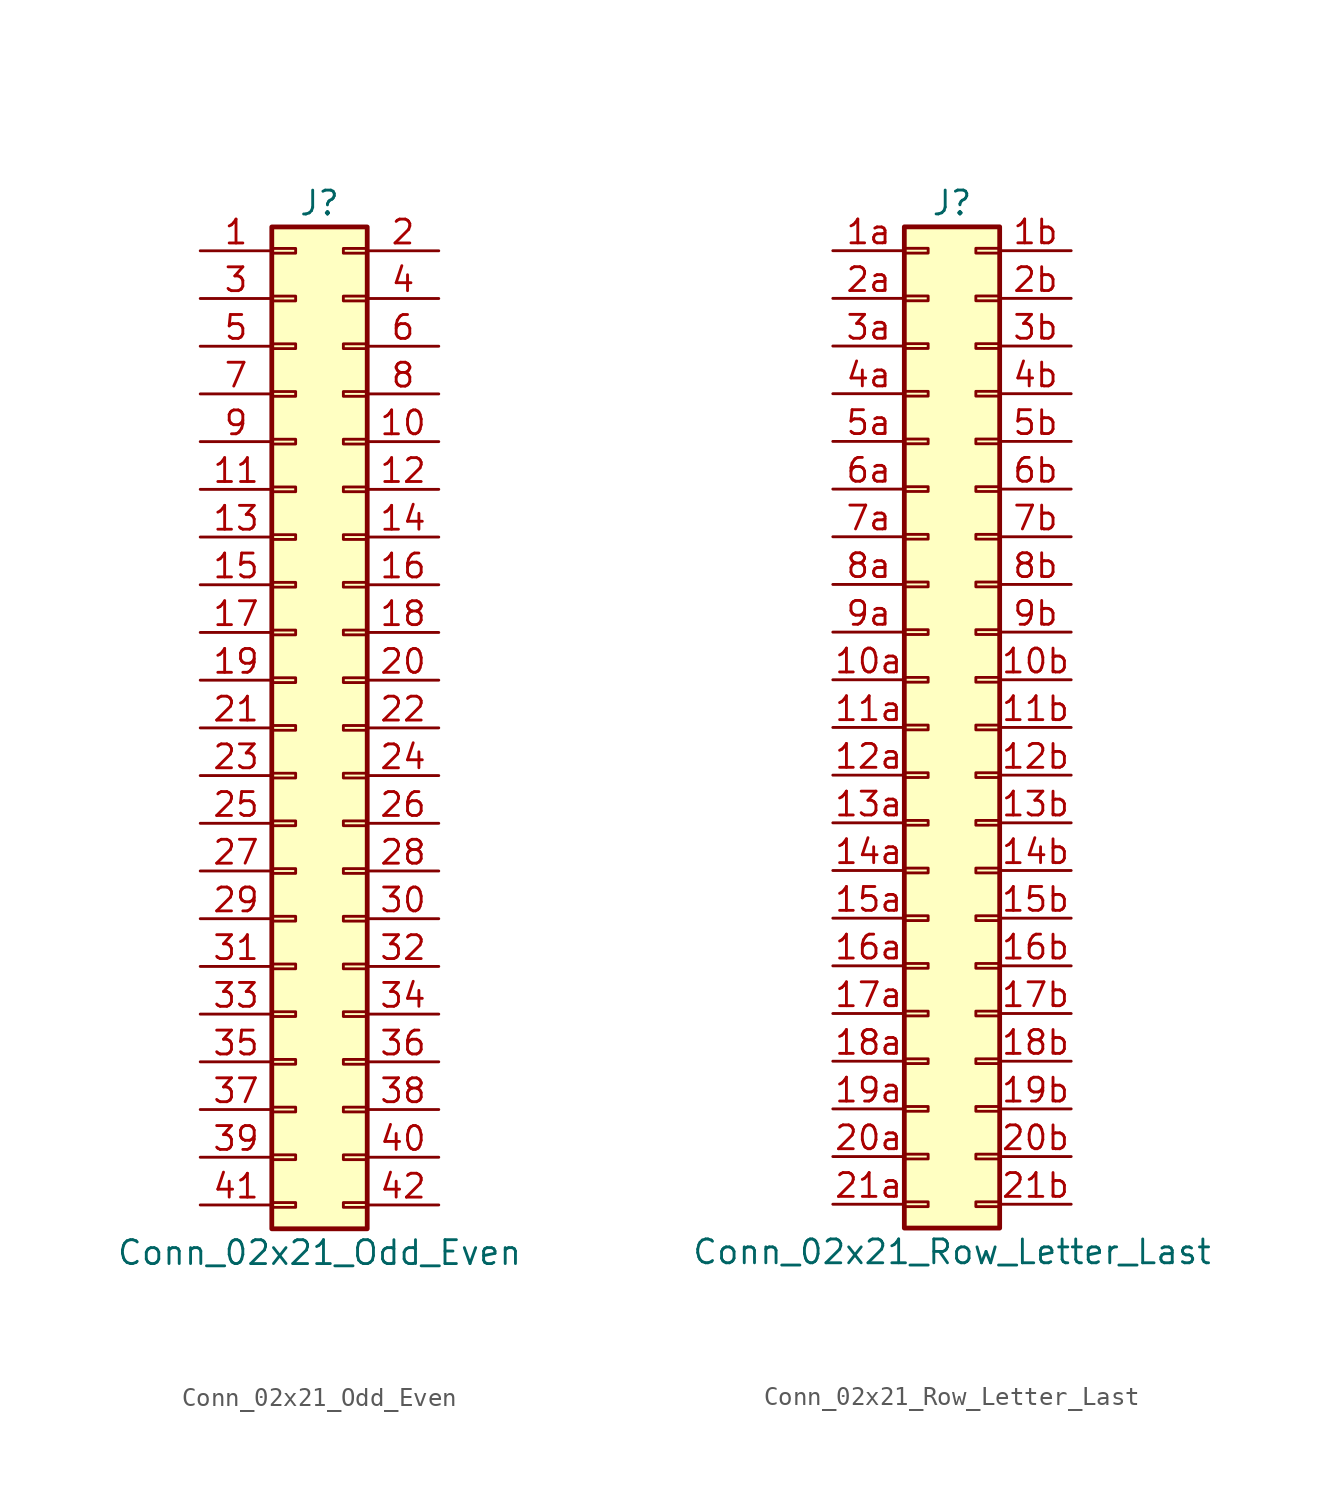
<source format=kicad_sym>
(kicad_symbol_lib
  (version 20220914)
  (generator kicad_symbol_editor)
  (symbol "Conn_02x21_Odd_Even"
    (pin_names
      (offset 1.016) hide)
    (property "Reference" "J"
      (at 1.27 27.94 0)
      (effects (font (size 1.27 1.27))))
    (property "Value" "Conn_02x21_Odd_Even"
      (at 1.27 -27.94 0)
      (effects (font (size 1.27 1.27))))
    (symbol "Conn_02x21_Odd_Even_1_1"
      (rectangle (start -1.27 -25.273) (end 0 -25.527) (stroke (width 0.152) (type default)) (fill (type none)))
      (rectangle (start -1.27 -22.733) (end 0 -22.987) (stroke (width 0.152) (type default)) (fill (type none)))
      (rectangle (start -1.27 -20.193) (end 0 -20.447) (stroke (width 0.152) (type default)) (fill (type none)))
      (rectangle (start -1.27 -17.653) (end 0 -17.907) (stroke (width 0.152) (type default)) (fill (type none)))
      (rectangle (start -1.27 -15.113) (end 0 -15.367) (stroke (width 0.152) (type default)) (fill (type none)))
      (rectangle (start -1.27 -12.573) (end 0 -12.827) (stroke (width 0.152) (type default)) (fill (type none)))
      (rectangle (start -1.27 -10.033) (end 0 -10.287) (stroke (width 0.152) (type default)) (fill (type none)))
      (rectangle (start -1.27 -7.493) (end 0 -7.747) (stroke (width 0.152) (type default)) (fill (type none)))
      (rectangle (start -1.27 -4.953) (end 0 -5.207) (stroke (width 0.152) (type default)) (fill (type none)))
      (rectangle (start -1.27 -2.413) (end 0 -2.667) (stroke (width 0.152) (type default)) (fill (type none)))
      (rectangle (start -1.27 0.127) (end 0 -0.127) (stroke (width 0.152) (type default)) (fill (type none)))
      (rectangle (start -1.27 2.667) (end 0 2.413) (stroke (width 0.152) (type default)) (fill (type none)))
      (rectangle (start -1.27 5.207) (end 0 4.953) (stroke (width 0.152) (type default)) (fill (type none)))
      (rectangle (start -1.27 7.747) (end 0 7.493) (stroke (width 0.152) (type default)) (fill (type none)))
      (rectangle (start -1.27 10.287) (end 0 10.033) (stroke (width 0.152) (type default)) (fill (type none)))
      (rectangle (start -1.27 12.827) (end 0 12.573) (stroke (width 0.152) (type default)) (fill (type none)))
      (rectangle (start -1.27 15.367) (end 0 15.113) (stroke (width 0.152) (type default)) (fill (type none)))
      (rectangle (start -1.27 17.907) (end 0 17.653) (stroke (width 0.152) (type default)) (fill (type none)))
      (rectangle (start -1.27 20.447) (end 0 20.193) (stroke (width 0.152) (type default)) (fill (type none)))
      (rectangle (start -1.27 22.987) (end 0 22.733) (stroke (width 0.152) (type default)) (fill (type none)))
      (rectangle (start -1.27 25.527) (end 0 25.273) (stroke (width 0.152) (type default)) (fill (type none)))
      (rectangle (start -1.27 26.67) (end 3.81 -26.67) (stroke (width 0.254) (type default)) (fill (type background)))
      (rectangle (start 3.81 -25.273) (end 2.54 -25.527) (stroke (width 0.152) (type default)) (fill (type none)))
      (rectangle (start 3.81 -22.733) (end 2.54 -22.987) (stroke (width 0.152) (type default)) (fill (type none)))
      (rectangle (start 3.81 -20.193) (end 2.54 -20.447) (stroke (width 0.152) (type default)) (fill (type none)))
      (rectangle (start 3.81 -17.653) (end 2.54 -17.907) (stroke (width 0.152) (type default)) (fill (type none)))
      (rectangle (start 3.81 -15.113) (end 2.54 -15.367) (stroke (width 0.152) (type default)) (fill (type none)))
      (rectangle (start 3.81 -12.573) (end 2.54 -12.827) (stroke (width 0.152) (type default)) (fill (type none)))
      (rectangle (start 3.81 -10.033) (end 2.54 -10.287) (stroke (width 0.152) (type default)) (fill (type none)))
      (rectangle (start 3.81 -7.493) (end 2.54 -7.747) (stroke (width 0.152) (type default)) (fill (type none)))
      (rectangle (start 3.81 -4.953) (end 2.54 -5.207) (stroke (width 0.152) (type default)) (fill (type none)))
      (rectangle (start 3.81 -2.413) (end 2.54 -2.667) (stroke (width 0.152) (type default)) (fill (type none)))
      (rectangle (start 3.81 0.127) (end 2.54 -0.127) (stroke (width 0.152) (type default)) (fill (type none)))
      (rectangle (start 3.81 2.667) (end 2.54 2.413) (stroke (width 0.152) (type default)) (fill (type none)))
      (rectangle (start 3.81 5.207) (end 2.54 4.953) (stroke (width 0.152) (type default)) (fill (type none)))
      (rectangle (start 3.81 7.747) (end 2.54 7.493) (stroke (width 0.152) (type default)) (fill (type none)))
      (rectangle (start 3.81 10.287) (end 2.54 10.033) (stroke (width 0.152) (type default)) (fill (type none)))
      (rectangle (start 3.81 12.827) (end 2.54 12.573) (stroke (width 0.152) (type default)) (fill (type none)))
      (rectangle (start 3.81 15.367) (end 2.54 15.113) (stroke (width 0.152) (type default)) (fill (type none)))
      (rectangle (start 3.81 17.907) (end 2.54 17.653) (stroke (width 0.152) (type default)) (fill (type none)))
      (rectangle (start 3.81 20.447) (end 2.54 20.193) (stroke (width 0.152) (type default)) (fill (type none)))
      (rectangle (start 3.81 22.987) (end 2.54 22.733) (stroke (width 0.152) (type default)) (fill (type none)))
      (rectangle (start 3.81 25.527) (end 2.54 25.273) (stroke (width 0.152) (type default)) (fill (type none)))
      (pin passive line (at -5.08 25.4 0) (length 3.81) (name "Pin_1" (effects (font (size 1.27 1.27)))) (number "1" (effects (font (size 1.27 1.27)))))
      (pin passive line (at 7.62 15.24 180) (length 3.81) (name "Pin_10" (effects (font (size 1.27 1.27)))) (number "10" (effects (font (size 1.27 1.27)))))
      (pin passive line (at -5.08 12.7 0) (length 3.81) (name "Pin_11" (effects (font (size 1.27 1.27)))) (number "11" (effects (font (size 1.27 1.27)))))
      (pin passive line (at 7.62 12.7 180) (length 3.81) (name "Pin_12" (effects (font (size 1.27 1.27)))) (number "12" (effects (font (size 1.27 1.27)))))
      (pin passive line (at -5.08 10.16 0) (length 3.81) (name "Pin_13" (effects (font (size 1.27 1.27)))) (number "13" (effects (font (size 1.27 1.27)))))
      (pin passive line (at 7.62 10.16 180) (length 3.81) (name "Pin_14" (effects (font (size 1.27 1.27)))) (number "14" (effects (font (size 1.27 1.27)))))
      (pin passive line (at -5.08 7.62 0) (length 3.81) (name "Pin_15" (effects (font (size 1.27 1.27)))) (number "15" (effects (font (size 1.27 1.27)))))
      (pin passive line (at 7.62 7.62 180) (length 3.81) (name "Pin_16" (effects (font (size 1.27 1.27)))) (number "16" (effects (font (size 1.27 1.27)))))
      (pin passive line (at -5.08 5.08 0) (length 3.81) (name "Pin_17" (effects (font (size 1.27 1.27)))) (number "17" (effects (font (size 1.27 1.27)))))
      (pin passive line (at 7.62 5.08 180) (length 3.81) (name "Pin_18" (effects (font (size 1.27 1.27)))) (number "18" (effects (font (size 1.27 1.27)))))
      (pin passive line (at -5.08 2.54 0) (length 3.81) (name "Pin_19" (effects (font (size 1.27 1.27)))) (number "19" (effects (font (size 1.27 1.27)))))
      (pin passive line (at 7.62 25.4 180) (length 3.81) (name "Pin_2" (effects (font (size 1.27 1.27)))) (number "2" (effects (font (size 1.27 1.27)))))
      (pin passive line (at 7.62 2.54 180) (length 3.81) (name "Pin_20" (effects (font (size 1.27 1.27)))) (number "20" (effects (font (size 1.27 1.27)))))
      (pin passive line (at -5.08 0 0) (length 3.81) (name "Pin_21" (effects (font (size 1.27 1.27)))) (number "21" (effects (font (size 1.27 1.27)))))
      (pin passive line (at 7.62 0 180) (length 3.81) (name "Pin_22" (effects (font (size 1.27 1.27)))) (number "22" (effects (font (size 1.27 1.27)))))
      (pin passive line (at -5.08 -2.54 0) (length 3.81) (name "Pin_23" (effects (font (size 1.27 1.27)))) (number "23" (effects (font (size 1.27 1.27)))))
      (pin passive line (at 7.62 -2.54 180) (length 3.81) (name "Pin_24" (effects (font (size 1.27 1.27)))) (number "24" (effects (font (size 1.27 1.27)))))
      (pin passive line (at -5.08 -5.08 0) (length 3.81) (name "Pin_25" (effects (font (size 1.27 1.27)))) (number "25" (effects (font (size 1.27 1.27)))))
      (pin passive line (at 7.62 -5.08 180) (length 3.81) (name "Pin_26" (effects (font (size 1.27 1.27)))) (number "26" (effects (font (size 1.27 1.27)))))
      (pin passive line (at -5.08 -7.62 0) (length 3.81) (name "Pin_27" (effects (font (size 1.27 1.27)))) (number "27" (effects (font (size 1.27 1.27)))))
      (pin passive line (at 7.62 -7.62 180) (length 3.81) (name "Pin_28" (effects (font (size 1.27 1.27)))) (number "28" (effects (font (size 1.27 1.27)))))
      (pin passive line (at -5.08 -10.16 0) (length 3.81) (name "Pin_29" (effects (font (size 1.27 1.27)))) (number "29" (effects (font (size 1.27 1.27)))))
      (pin passive line (at -5.08 22.86 0) (length 3.81) (name "Pin_3" (effects (font (size 1.27 1.27)))) (number "3" (effects (font (size 1.27 1.27)))))
      (pin passive line (at 7.62 -10.16 180) (length 3.81) (name "Pin_30" (effects (font (size 1.27 1.27)))) (number "30" (effects (font (size 1.27 1.27)))))
      (pin passive line (at -5.08 -12.7 0) (length 3.81) (name "Pin_31" (effects (font (size 1.27 1.27)))) (number "31" (effects (font (size 1.27 1.27)))))
      (pin passive line (at 7.62 -12.7 180) (length 3.81) (name "Pin_32" (effects (font (size 1.27 1.27)))) (number "32" (effects (font (size 1.27 1.27)))))
      (pin passive line (at -5.08 -15.24 0) (length 3.81) (name "Pin_33" (effects (font (size 1.27 1.27)))) (number "33" (effects (font (size 1.27 1.27)))))
      (pin passive line (at 7.62 -15.24 180) (length 3.81) (name "Pin_34" (effects (font (size 1.27 1.27)))) (number "34" (effects (font (size 1.27 1.27)))))
      (pin passive line (at -5.08 -17.78 0) (length 3.81) (name "Pin_35" (effects (font (size 1.27 1.27)))) (number "35" (effects (font (size 1.27 1.27)))))
      (pin passive line (at 7.62 -17.78 180) (length 3.81) (name "Pin_36" (effects (font (size 1.27 1.27)))) (number "36" (effects (font (size 1.27 1.27)))))
      (pin passive line (at -5.08 -20.32 0) (length 3.81) (name "Pin_37" (effects (font (size 1.27 1.27)))) (number "37" (effects (font (size 1.27 1.27)))))
      (pin passive line (at 7.62 -20.32 180) (length 3.81) (name "Pin_38" (effects (font (size 1.27 1.27)))) (number "38" (effects (font (size 1.27 1.27)))))
      (pin passive line (at -5.08 -22.86 0) (length 3.81) (name "Pin_39" (effects (font (size 1.27 1.27)))) (number "39" (effects (font (size 1.27 1.27)))))
      (pin passive line (at 7.62 22.86 180) (length 3.81) (name "Pin_4" (effects (font (size 1.27 1.27)))) (number "4" (effects (font (size 1.27 1.27)))))
      (pin passive line (at 7.62 -22.86 180) (length 3.81) (name "Pin_40" (effects (font (size 1.27 1.27)))) (number "40" (effects (font (size 1.27 1.27)))))
      (pin passive line (at -5.08 -25.4 0) (length 3.81) (name "Pin_41" (effects (font (size 1.27 1.27)))) (number "41" (effects (font (size 1.27 1.27)))))
      (pin passive line (at 7.62 -25.4 180) (length 3.81) (name "Pin_42" (effects (font (size 1.27 1.27)))) (number "42" (effects (font (size 1.27 1.27)))))
      (pin passive line (at -5.08 20.32 0) (length 3.81) (name "Pin_5" (effects (font (size 1.27 1.27)))) (number "5" (effects (font (size 1.27 1.27)))))
      (pin passive line (at 7.62 20.32 180) (length 3.81) (name "Pin_6" (effects (font (size 1.27 1.27)))) (number "6" (effects (font (size 1.27 1.27)))))
      (pin passive line (at -5.08 17.78 0) (length 3.81) (name "Pin_7" (effects (font (size 1.27 1.27)))) (number "7" (effects (font (size 1.27 1.27)))))
      (pin passive line (at 7.62 17.78 180) (length 3.81) (name "Pin_8" (effects (font (size 1.27 1.27)))) (number "8" (effects (font (size 1.27 1.27)))))
      (pin passive line (at -5.08 15.24 0) (length 3.81) (name "Pin_9" (effects (font (size 1.27 1.27)))) (number "9" (effects (font (size 1.27 1.27)))))))
  (symbol "Conn_02x21_Row_Letter_Last"
    (pin_names
      (offset 1.016) hide)
    (property "Reference" "J"
      (at 1.27 27.94 0)
      (effects (font (size 1.27 1.27))))
    (property "Value" "Conn_02x21_Row_Letter_Last"
      (at 1.27 -27.94 0)
      (effects (font (size 1.27 1.27))))
    (symbol "Conn_02x21_Row_Letter_Last_1_1"
      (rectangle (start -1.27 -25.273) (end 0 -25.527) (stroke (width 0.152) (type default)) (fill (type none)))
      (rectangle (start -1.27 -22.733) (end 0 -22.987) (stroke (width 0.152) (type default)) (fill (type none)))
      (rectangle (start -1.27 -20.193) (end 0 -20.447) (stroke (width 0.152) (type default)) (fill (type none)))
      (rectangle (start -1.27 -17.653) (end 0 -17.907) (stroke (width 0.152) (type default)) (fill (type none)))
      (rectangle (start -1.27 -15.113) (end 0 -15.367) (stroke (width 0.152) (type default)) (fill (type none)))
      (rectangle (start -1.27 -12.573) (end 0 -12.827) (stroke (width 0.152) (type default)) (fill (type none)))
      (rectangle (start -1.27 -10.033) (end 0 -10.287) (stroke (width 0.152) (type default)) (fill (type none)))
      (rectangle (start -1.27 -7.493) (end 0 -7.747) (stroke (width 0.152) (type default)) (fill (type none)))
      (rectangle (start -1.27 -4.953) (end 0 -5.207) (stroke (width 0.152) (type default)) (fill (type none)))
      (rectangle (start -1.27 -2.413) (end 0 -2.667) (stroke (width 0.152) (type default)) (fill (type none)))
      (rectangle (start -1.27 0.127) (end 0 -0.127) (stroke (width 0.152) (type default)) (fill (type none)))
      (rectangle (start -1.27 2.667) (end 0 2.413) (stroke (width 0.152) (type default)) (fill (type none)))
      (rectangle (start -1.27 5.207) (end 0 4.953) (stroke (width 0.152) (type default)) (fill (type none)))
      (rectangle (start -1.27 7.747) (end 0 7.493) (stroke (width 0.152) (type default)) (fill (type none)))
      (rectangle (start -1.27 10.287) (end 0 10.033) (stroke (width 0.152) (type default)) (fill (type none)))
      (rectangle (start -1.27 12.827) (end 0 12.573) (stroke (width 0.152) (type default)) (fill (type none)))
      (rectangle (start -1.27 15.367) (end 0 15.113) (stroke (width 0.152) (type default)) (fill (type none)))
      (rectangle (start -1.27 17.907) (end 0 17.653) (stroke (width 0.152) (type default)) (fill (type none)))
      (rectangle (start -1.27 20.447) (end 0 20.193) (stroke (width 0.152) (type default)) (fill (type none)))
      (rectangle (start -1.27 22.987) (end 0 22.733) (stroke (width 0.152) (type default)) (fill (type none)))
      (rectangle (start -1.27 25.527) (end 0 25.273) (stroke (width 0.152) (type default)) (fill (type none)))
      (rectangle (start -1.27 26.67) (end 3.81 -26.67) (stroke (width 0.254) (type default)) (fill (type background)))
      (rectangle (start 3.81 -25.273) (end 2.54 -25.527) (stroke (width 0.152) (type default)) (fill (type none)))
      (rectangle (start 3.81 -22.733) (end 2.54 -22.987) (stroke (width 0.152) (type default)) (fill (type none)))
      (rectangle (start 3.81 -20.193) (end 2.54 -20.447) (stroke (width 0.152) (type default)) (fill (type none)))
      (rectangle (start 3.81 -17.653) (end 2.54 -17.907) (stroke (width 0.152) (type default)) (fill (type none)))
      (rectangle (start 3.81 -15.113) (end 2.54 -15.367) (stroke (width 0.152) (type default)) (fill (type none)))
      (rectangle (start 3.81 -12.573) (end 2.54 -12.827) (stroke (width 0.152) (type default)) (fill (type none)))
      (rectangle (start 3.81 -10.033) (end 2.54 -10.287) (stroke (width 0.152) (type default)) (fill (type none)))
      (rectangle (start 3.81 -7.493) (end 2.54 -7.747) (stroke (width 0.152) (type default)) (fill (type none)))
      (rectangle (start 3.81 -4.953) (end 2.54 -5.207) (stroke (width 0.152) (type default)) (fill (type none)))
      (rectangle (start 3.81 -2.413) (end 2.54 -2.667) (stroke (width 0.152) (type default)) (fill (type none)))
      (rectangle (start 3.81 0.127) (end 2.54 -0.127) (stroke (width 0.152) (type default)) (fill (type none)))
      (rectangle (start 3.81 2.667) (end 2.54 2.413) (stroke (width 0.152) (type default)) (fill (type none)))
      (rectangle (start 3.81 5.207) (end 2.54 4.953) (stroke (width 0.152) (type default)) (fill (type none)))
      (rectangle (start 3.81 7.747) (end 2.54 7.493) (stroke (width 0.152) (type default)) (fill (type none)))
      (rectangle (start 3.81 10.287) (end 2.54 10.033) (stroke (width 0.152) (type default)) (fill (type none)))
      (rectangle (start 3.81 12.827) (end 2.54 12.573) (stroke (width 0.152) (type default)) (fill (type none)))
      (rectangle (start 3.81 15.367) (end 2.54 15.113) (stroke (width 0.152) (type default)) (fill (type none)))
      (rectangle (start 3.81 17.907) (end 2.54 17.653) (stroke (width 0.152) (type default)) (fill (type none)))
      (rectangle (start 3.81 20.447) (end 2.54 20.193) (stroke (width 0.152) (type default)) (fill (type none)))
      (rectangle (start 3.81 22.987) (end 2.54 22.733) (stroke (width 0.152) (type default)) (fill (type none)))
      (rectangle (start 3.81 25.527) (end 2.54 25.273) (stroke (width 0.152) (type default)) (fill (type none)))
      (pin passive line (at -5.08 2.54 0) (length 3.81) (name "Pin_10a" (effects (font (size 1.27 1.27)))) (number "10a" (effects (font (size 1.27 1.27)))))
      (pin passive line (at 7.62 2.54 180) (length 3.81) (name "Pin_10b" (effects (font (size 1.27 1.27)))) (number "10b" (effects (font (size 1.27 1.27)))))
      (pin passive line (at -5.08 0 0) (length 3.81) (name "Pin_11a" (effects (font (size 1.27 1.27)))) (number "11a" (effects (font (size 1.27 1.27)))))
      (pin passive line (at 7.62 0 180) (length 3.81) (name "Pin_11b" (effects (font (size 1.27 1.27)))) (number "11b" (effects (font (size 1.27 1.27)))))
      (pin passive line (at -5.08 -2.54 0) (length 3.81) (name "Pin_12a" (effects (font (size 1.27 1.27)))) (number "12a" (effects (font (size 1.27 1.27)))))
      (pin passive line (at 7.62 -2.54 180) (length 3.81) (name "Pin_12b" (effects (font (size 1.27 1.27)))) (number "12b" (effects (font (size 1.27 1.27)))))
      (pin passive line (at -5.08 -5.08 0) (length 3.81) (name "Pin_13a" (effects (font (size 1.27 1.27)))) (number "13a" (effects (font (size 1.27 1.27)))))
      (pin passive line (at 7.62 -5.08 180) (length 3.81) (name "Pin_13b" (effects (font (size 1.27 1.27)))) (number "13b" (effects (font (size 1.27 1.27)))))
      (pin passive line (at -5.08 -7.62 0) (length 3.81) (name "Pin_14a" (effects (font (size 1.27 1.27)))) (number "14a" (effects (font (size 1.27 1.27)))))
      (pin passive line (at 7.62 -7.62 180) (length 3.81) (name "Pin_14b" (effects (font (size 1.27 1.27)))) (number "14b" (effects (font (size 1.27 1.27)))))
      (pin passive line (at -5.08 -10.16 0) (length 3.81) (name "Pin_15a" (effects (font (size 1.27 1.27)))) (number "15a" (effects (font (size 1.27 1.27)))))
      (pin passive line (at 7.62 -10.16 180) (length 3.81) (name "Pin_15b" (effects (font (size 1.27 1.27)))) (number "15b" (effects (font (size 1.27 1.27)))))
      (pin passive line (at -5.08 -12.7 0) (length 3.81) (name "Pin_16a" (effects (font (size 1.27 1.27)))) (number "16a" (effects (font (size 1.27 1.27)))))
      (pin passive line (at 7.62 -12.7 180) (length 3.81) (name "Pin_16b" (effects (font (size 1.27 1.27)))) (number "16b" (effects (font (size 1.27 1.27)))))
      (pin passive line (at -5.08 -15.24 0) (length 3.81) (name "Pin_17a" (effects (font (size 1.27 1.27)))) (number "17a" (effects (font (size 1.27 1.27)))))
      (pin passive line (at 7.62 -15.24 180) (length 3.81) (name "Pin_17b" (effects (font (size 1.27 1.27)))) (number "17b" (effects (font (size 1.27 1.27)))))
      (pin passive line (at -5.08 -17.78 0) (length 3.81) (name "Pin_18a" (effects (font (size 1.27 1.27)))) (number "18a" (effects (font (size 1.27 1.27)))))
      (pin passive line (at 7.62 -17.78 180) (length 3.81) (name "Pin_18b" (effects (font (size 1.27 1.27)))) (number "18b" (effects (font (size 1.27 1.27)))))
      (pin passive line (at -5.08 -20.32 0) (length 3.81) (name "Pin_19a" (effects (font (size 1.27 1.27)))) (number "19a" (effects (font (size 1.27 1.27)))))
      (pin passive line (at 7.62 -20.32 180) (length 3.81) (name "Pin_19b" (effects (font (size 1.27 1.27)))) (number "19b" (effects (font (size 1.27 1.27)))))
      (pin passive line (at -5.08 25.4 0) (length 3.81) (name "Pin_1a" (effects (font (size 1.27 1.27)))) (number "1a" (effects (font (size 1.27 1.27)))))
      (pin passive line (at 7.62 25.4 180) (length 3.81) (name "Pin_1b" (effects (font (size 1.27 1.27)))) (number "1b" (effects (font (size 1.27 1.27)))))
      (pin passive line (at -5.08 -22.86 0) (length 3.81) (name "Pin_20a" (effects (font (size 1.27 1.27)))) (number "20a" (effects (font (size 1.27 1.27)))))
      (pin passive line (at 7.62 -22.86 180) (length 3.81) (name "Pin_20b" (effects (font (size 1.27 1.27)))) (number "20b" (effects (font (size 1.27 1.27)))))
      (pin passive line (at -5.08 -25.4 0) (length 3.81) (name "Pin_21a" (effects (font (size 1.27 1.27)))) (number "21a" (effects (font (size 1.27 1.27)))))
      (pin passive line (at 7.62 -25.4 180) (length 3.81) (name "Pin_21b" (effects (font (size 1.27 1.27)))) (number "21b" (effects (font (size 1.27 1.27)))))
      (pin passive line (at -5.08 22.86 0) (length 3.81) (name "Pin_2a" (effects (font (size 1.27 1.27)))) (number "2a" (effects (font (size 1.27 1.27)))))
      (pin passive line (at 7.62 22.86 180) (length 3.81) (name "Pin_2b" (effects (font (size 1.27 1.27)))) (number "2b" (effects (font (size 1.27 1.27)))))
      (pin passive line (at -5.08 20.32 0) (length 3.81) (name "Pin_3a" (effects (font (size 1.27 1.27)))) (number "3a" (effects (font (size 1.27 1.27)))))
      (pin passive line (at 7.62 20.32 180) (length 3.81) (name "Pin_3b" (effects (font (size 1.27 1.27)))) (number "3b" (effects (font (size 1.27 1.27)))))
      (pin passive line (at -5.08 17.78 0) (length 3.81) (name "Pin_4a" (effects (font (size 1.27 1.27)))) (number "4a" (effects (font (size 1.27 1.27)))))
      (pin passive line (at 7.62 17.78 180) (length 3.81) (name "Pin_4b" (effects (font (size 1.27 1.27)))) (number "4b" (effects (font (size 1.27 1.27)))))
      (pin passive line (at -5.08 15.24 0) (length 3.81) (name "Pin_5a" (effects (font (size 1.27 1.27)))) (number "5a" (effects (font (size 1.27 1.27)))))
      (pin passive line (at 7.62 15.24 180) (length 3.81) (name "Pin_5b" (effects (font (size 1.27 1.27)))) (number "5b" (effects (font (size 1.27 1.27)))))
      (pin passive line (at -5.08 12.7 0) (length 3.81) (name "Pin_6a" (effects (font (size 1.27 1.27)))) (number "6a" (effects (font (size 1.27 1.27)))))
      (pin passive line (at 7.62 12.7 180) (length 3.81) (name "Pin_6b" (effects (font (size 1.27 1.27)))) (number "6b" (effects (font (size 1.27 1.27)))))
      (pin passive line (at -5.08 10.16 0) (length 3.81) (name "Pin_7a" (effects (font (size 1.27 1.27)))) (number "7a" (effects (font (size 1.27 1.27)))))
      (pin passive line (at 7.62 10.16 180) (length 3.81) (name "Pin_7b" (effects (font (size 1.27 1.27)))) (number "7b" (effects (font (size 1.27 1.27)))))
      (pin passive line (at -5.08 7.62 0) (length 3.81) (name "Pin_8a" (effects (font (size 1.27 1.27)))) (number "8a" (effects (font (size 1.27 1.27)))))
      (pin passive line (at 7.62 7.62 180) (length 3.81) (name "Pin_8b" (effects (font (size 1.27 1.27)))) (number "8b" (effects (font (size 1.27 1.27)))))
      (pin passive line (at -5.08 5.08 0) (length 3.81) (name "Pin_9a" (effects (font (size 1.27 1.27)))) (number "9a" (effects (font (size 1.27 1.27)))))
      (pin passive line (at 7.62 5.08 180) (length 3.81) (name "Pin_9b" (effects (font (size 1.27 1.27)))) (number "9b" (effects (font (size 1.27 1.27))))))))
</source>
